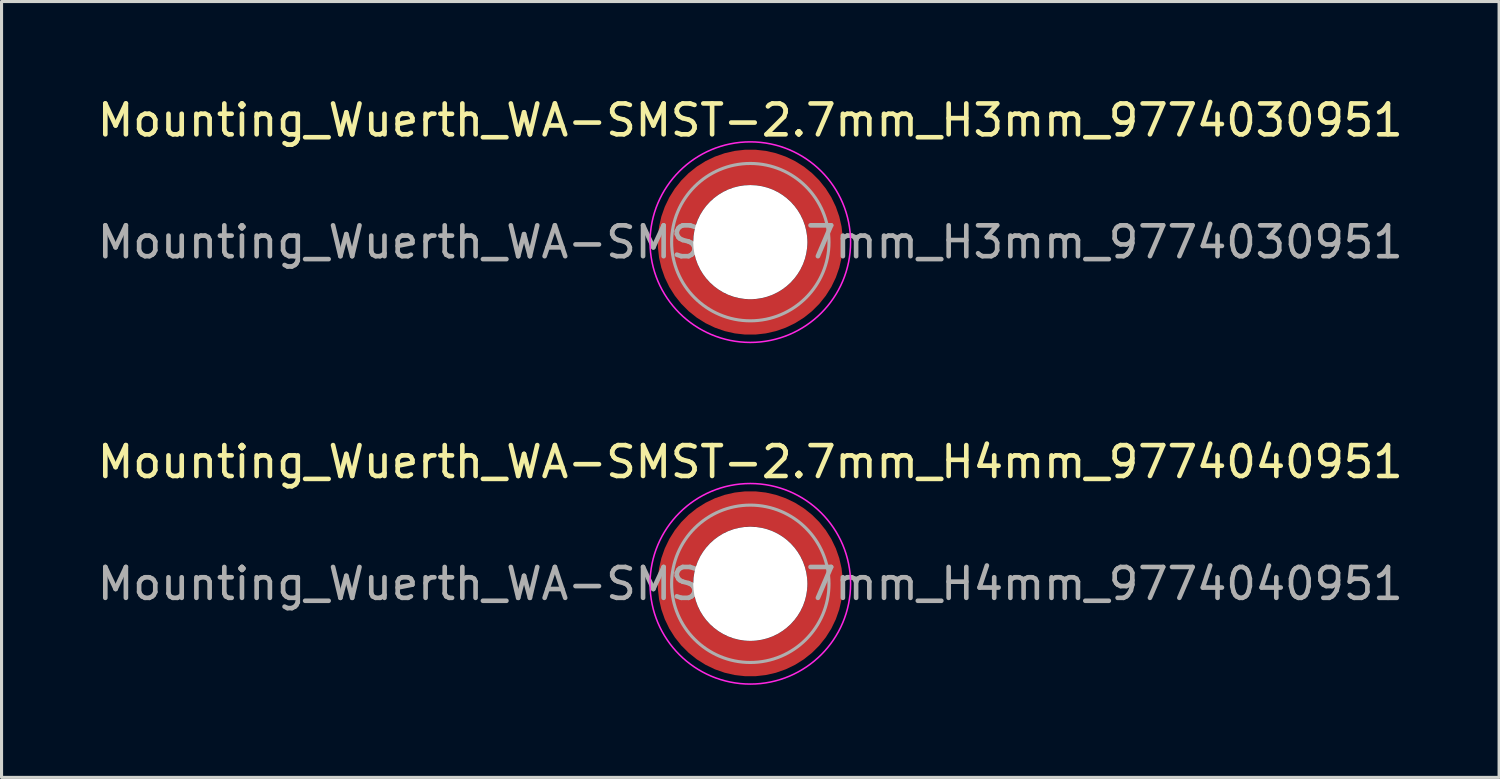
<source format=kicad_pcb>
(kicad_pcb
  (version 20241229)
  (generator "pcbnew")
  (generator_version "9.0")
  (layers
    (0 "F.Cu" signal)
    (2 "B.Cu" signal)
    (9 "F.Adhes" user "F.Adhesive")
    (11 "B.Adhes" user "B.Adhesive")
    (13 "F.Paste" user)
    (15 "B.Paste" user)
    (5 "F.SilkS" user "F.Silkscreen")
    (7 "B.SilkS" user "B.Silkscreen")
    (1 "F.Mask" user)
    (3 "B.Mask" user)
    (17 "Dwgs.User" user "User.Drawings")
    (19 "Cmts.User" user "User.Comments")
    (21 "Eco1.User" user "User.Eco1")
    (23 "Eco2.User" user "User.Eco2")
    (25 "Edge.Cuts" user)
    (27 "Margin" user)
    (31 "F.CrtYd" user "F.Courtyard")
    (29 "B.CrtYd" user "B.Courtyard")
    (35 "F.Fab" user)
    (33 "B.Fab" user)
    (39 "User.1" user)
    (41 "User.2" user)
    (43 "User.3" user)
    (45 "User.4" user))
  (footprint "Mounting_Wuerth_WA-SMST-2.7mm_H3mm_9774030951"
    (layer "F.Cu")
    (at 21.268 4.798)
    (property "Reference" "Mounting_Wuerth_WA-SMST-2.7mm_H3mm_9774030951" (at 0 -3.95 0) (layer "F.SilkS") (effects (font (size 1 1) (thickness 0.15))))
    (attr smd)
    (fp_circle (center 0 0) (end 3.25 0) (stroke (width 0.05) (type solid)) (fill no) (layer "F.CrtYd"))
    (fp_circle (center 0 0) (end 2.55 0) (stroke (width 0.1) (type solid)) (fill no) (layer "F.Fab"))
    (fp_text user "${REFERENCE}" (at 0 0 0) (layer "F.Fab") (effects (font (size 1 1) (thickness 0.15))))
    (pad "" smd custom (at -1.704 -1.704) (size 0.62 0.62) (layers "F.Paste") (options (anchor circle)) (primitives (gr_arc (start -0.250195 1.279127) (mid 0.289146 0.290681) (end 1.277006 -0.249732) (width 0.2)) (gr_arc (start -0.34334 1.279127) (mid 0.224883 0.226093) (end 1.277452 -0.342992) (width 0.2)) (gr_arc (start -0.436309 1.279127) (mid 0.160537 0.16159) (end 1.277666 -0.436018) (width 0.2)) (gr_arc (start -0.529126 1.279127) (mid 0.095932 0.097343) (end 1.277167 -0.528752) (width 0.2)) (gr_arc (start -0.621807 1.279127) (mid 0.0309 0.033527) (end 1.275473 -0.621136) (width 0.2)) (gr_arc (start -0.71437 1.279127) (mid -0.03322 -0.031206) (end 1.276322 -0.713875) (width 0.2)) (gr_arc (start -0.806826 1.279127) (mid -0.097997 -0.095278) (end 1.275336 -0.806181) (width 0.2)) (gr_arc (start -0.899187 1.279127) (mid -0.161977 -0.160149) (end 1.276577 -0.898769) (width 0.2)) (gr_arc (start -0.991463 1.279127) (mid -0.226842 -0.224133) (end 1.275343 -0.990864) (width 0.2)) (gr_arc (start -1.083663 1.279127) (mid -0.291026 -0.288801) (end 1.276016 -1.083187) (width 0.2)) (gr_line (start 1.279 -0.25) (end 1.279 -1.084) (width 0.2)) (gr_line (start -0.25 1.279) (end -1.084 1.279) (width 0.2))))
    (pad "" smd custom (at -1.704 1.704) (size 0.62 0.62) (layers "F.Paste") (options (anchor circle)) (primitives (gr_arc (start 1.279127 0.250195) (mid 0.290681 -0.289146) (end -0.249732 -1.277006) (width 0.2)) (gr_arc (start 1.279127 0.34334) (mid 0.226093 -0.224883) (end -0.342992 -1.277452) (width 0.2)) (gr_arc (start 1.279127 0.436309) (mid 0.16159 -0.160537) (end -0.436018 -1.277666) (width 0.2)) (gr_arc (start 1.279127 0.529126) (mid 0.097343 -0.095932) (end -0.528752 -1.277167) (width 0.2)) (gr_arc (start 1.279127 0.621807) (mid 0.033527 -0.0309) (end -0.621136 -1.275473) (width 0.2)) (gr_arc (start 1.279127 0.71437) (mid -0.031206 0.03322) (end -0.713875 -1.276322) (width 0.2)) (gr_arc (start 1.279127 0.806826) (mid -0.095278 0.097997) (end -0.806181 -1.275336) (width 0.2)) (gr_arc (start 1.279127 0.899187) (mid -0.160149 0.161977) (end -0.898769 -1.276577) (width 0.2)) (gr_arc (start 1.279127 0.991463) (mid -0.224133 0.226842) (end -0.990864 -1.275343) (width 0.2)) (gr_arc (start 1.279127 1.083663) (mid -0.288801 0.291026) (end -1.083187 -1.276016) (width 0.2)) (gr_line (start -0.25 -1.279) (end -1.084 -1.279) (width 0.2)) (gr_line (start 1.279 0.25) (end 1.279 1.084) (width 0.2))))
    (pad "" np_thru_hole circle (at 0 0) (size 3.7 3.7) (drill 3.7) (layers "*.Cu" "*.Mask"))
    (pad "" smd custom (at 1.704 -1.704) (size 0.62 0.62) (layers "F.Paste") (options (anchor circle)) (primitives (gr_arc (start -1.279127 -0.250195) (mid -0.290681 0.289146) (end 0.249732 1.277006) (width 0.2)) (gr_arc (start -1.279127 -0.34334) (mid -0.226093 0.224883) (end 0.342992 1.277452) (width 0.2)) (gr_arc (start -1.279127 -0.436309) (mid -0.16159 0.160537) (end 0.436018 1.277666) (width 0.2)) (gr_arc (start -1.279127 -0.529126) (mid -0.097343 0.095932) (end 0.528752 1.277167) (width 0.2)) (gr_arc (start -1.279127 -0.621807) (mid -0.033527 0.0309) (end 0.621136 1.275473) (width 0.2)) (gr_arc (start -1.279127 -0.71437) (mid 0.031206 -0.03322) (end 0.713875 1.276322) (width 0.2)) (gr_arc (start -1.279127 -0.806826) (mid 0.095278 -0.097997) (end 0.806181 1.275336) (width 0.2)) (gr_arc (start -1.279127 -0.899187) (mid 0.160149 -0.161977) (end 0.898769 1.276577) (width 0.2)) (gr_arc (start -1.279127 -0.991463) (mid 0.224133 -0.226842) (end 0.990864 1.275343) (width 0.2)) (gr_arc (start -1.279127 -1.083663) (mid 0.288801 -0.291026) (end 1.083187 1.276016) (width 0.2)) (gr_line (start 0.25 1.279) (end 1.084 1.279) (width 0.2)) (gr_line (start -1.279 -0.25) (end -1.279 -1.084) (width 0.2))))
    (pad "" smd custom (at 1.704 1.704) (size 0.62 0.62) (layers "F.Paste") (options (anchor circle)) (primitives (gr_arc (start 0.250195 -1.279127) (mid -0.289146 -0.290681) (end -1.277006 0.249732) (width 0.2)) (gr_arc (start 0.34334 -1.279127) (mid -0.224883 -0.226093) (end -1.277452 0.342992) (width 0.2)) (gr_arc (start 0.436309 -1.279127) (mid -0.160537 -0.16159) (end -1.277666 0.436018) (width 0.2)) (gr_arc (start 0.529126 -1.279127) (mid -0.095932 -0.097343) (end -1.277167 0.528752) (width 0.2)) (gr_arc (start 0.621807 -1.279127) (mid -0.0309 -0.033527) (end -1.275473 0.621136) (width 0.2)) (gr_arc (start 0.71437 -1.279127) (mid 0.03322 0.031206) (end -1.276322 0.713875) (width 0.2)) (gr_arc (start 0.806826 -1.279127) (mid 0.097997 0.095278) (end -1.275336 0.806181) (width 0.2)) (gr_arc (start 0.899187 -1.279127) (mid 0.161977 0.160149) (end -1.276577 0.898769) (width 0.2)) (gr_arc (start 0.991463 -1.279127) (mid 0.226842 0.224133) (end -1.275343 0.990864) (width 0.2)) (gr_arc (start 1.083663 -1.279127) (mid 0.291026 0.288801) (end -1.276016 1.083187) (width 0.2)) (gr_line (start -1.279 0.25) (end -1.279 1.084) (width 0.2)) (gr_line (start 0.25 -1.279) (end 1.084 -1.279) (width 0.2))))
    (pad "1" smd circle (at -2.425 0) (size 0.75 0.75) (layers "F.Cu"))
    (pad "1" smd circle (at 0 -2.425) (size 0.75 0.75) (layers "F.Cu"))
    (pad "1" smd circle (at 0 2.425) (size 0.75 0.75) (layers "F.Cu"))
    (pad "1" smd custom (at 2.425 0) (size 0.75 0.75) (layers "F.Cu" "F.Mask") (options (anchor circle)) (primitives (gr_circle (center -2.425 0) (end 0 0) (width 1.15) (fill no)))))
  (footprint "Mounting_Wuerth_WA-SMST-2.7mm_H4mm_9774040951"
    (layer "F.Cu")
    (at 21.268 15.871)
    (property "Reference" "Mounting_Wuerth_WA-SMST-2.7mm_H4mm_9774040951" (at 0 -3.95 0) (layer "F.SilkS") (effects (font (size 1 1) (thickness 0.15))))
    (attr smd)
    (fp_circle (center 0 0) (end 3.25 0) (stroke (width 0.05) (type solid)) (fill no) (layer "F.CrtYd"))
    (fp_circle (center 0 0) (end 2.55 0) (stroke (width 0.1) (type solid)) (fill no) (layer "F.Fab"))
    (fp_text user "${REFERENCE}" (at 0 0 0) (layer "F.Fab") (effects (font (size 1 1) (thickness 0.15))))
    (pad "" smd custom (at -1.704 -1.704) (size 0.62 0.62) (layers "F.Paste") (options (anchor circle)) (primitives (gr_arc (start -0.250195 1.279127) (mid 0.289146 0.290681) (end 1.277006 -0.249732) (width 0.2)) (gr_arc (start -0.34334 1.279127) (mid 0.224883 0.226093) (end 1.277452 -0.342992) (width 0.2)) (gr_arc (start -0.436309 1.279127) (mid 0.160537 0.16159) (end 1.277666 -0.436018) (width 0.2)) (gr_arc (start -0.529126 1.279127) (mid 0.095932 0.097343) (end 1.277167 -0.528752) (width 0.2)) (gr_arc (start -0.621807 1.279127) (mid 0.0309 0.033527) (end 1.275473 -0.621136) (width 0.2)) (gr_arc (start -0.71437 1.279127) (mid -0.03322 -0.031206) (end 1.276322 -0.713875) (width 0.2)) (gr_arc (start -0.806826 1.279127) (mid -0.097997 -0.095278) (end 1.275336 -0.806181) (width 0.2)) (gr_arc (start -0.899187 1.279127) (mid -0.161977 -0.160149) (end 1.276577 -0.898769) (width 0.2)) (gr_arc (start -0.991463 1.279127) (mid -0.226842 -0.224133) (end 1.275343 -0.990864) (width 0.2)) (gr_arc (start -1.083663 1.279127) (mid -0.291026 -0.288801) (end 1.276016 -1.083187) (width 0.2)) (gr_line (start 1.279 -0.25) (end 1.279 -1.084) (width 0.2)) (gr_line (start -0.25 1.279) (end -1.084 1.279) (width 0.2))))
    (pad "" smd custom (at -1.704 1.704) (size 0.62 0.62) (layers "F.Paste") (options (anchor circle)) (primitives (gr_arc (start 1.279127 0.250195) (mid 0.290681 -0.289146) (end -0.249732 -1.277006) (width 0.2)) (gr_arc (start 1.279127 0.34334) (mid 0.226093 -0.224883) (end -0.342992 -1.277452) (width 0.2)) (gr_arc (start 1.279127 0.436309) (mid 0.16159 -0.160537) (end -0.436018 -1.277666) (width 0.2)) (gr_arc (start 1.279127 0.529126) (mid 0.097343 -0.095932) (end -0.528752 -1.277167) (width 0.2)) (gr_arc (start 1.279127 0.621807) (mid 0.033527 -0.0309) (end -0.621136 -1.275473) (width 0.2)) (gr_arc (start 1.279127 0.71437) (mid -0.031206 0.03322) (end -0.713875 -1.276322) (width 0.2)) (gr_arc (start 1.279127 0.806826) (mid -0.095278 0.097997) (end -0.806181 -1.275336) (width 0.2)) (gr_arc (start 1.279127 0.899187) (mid -0.160149 0.161977) (end -0.898769 -1.276577) (width 0.2)) (gr_arc (start 1.279127 0.991463) (mid -0.224133 0.226842) (end -0.990864 -1.275343) (width 0.2)) (gr_arc (start 1.279127 1.083663) (mid -0.288801 0.291026) (end -1.083187 -1.276016) (width 0.2)) (gr_line (start -0.25 -1.279) (end -1.084 -1.279) (width 0.2)) (gr_line (start 1.279 0.25) (end 1.279 1.084) (width 0.2))))
    (pad "" np_thru_hole circle (at 0 0) (size 3.7 3.7) (drill 3.7) (layers "*.Cu" "*.Mask"))
    (pad "" smd custom (at 1.704 -1.704) (size 0.62 0.62) (layers "F.Paste") (options (anchor circle)) (primitives (gr_arc (start -1.279127 -0.250195) (mid -0.290681 0.289146) (end 0.249732 1.277006) (width 0.2)) (gr_arc (start -1.279127 -0.34334) (mid -0.226093 0.224883) (end 0.342992 1.277452) (width 0.2)) (gr_arc (start -1.279127 -0.436309) (mid -0.16159 0.160537) (end 0.436018 1.277666) (width 0.2)) (gr_arc (start -1.279127 -0.529126) (mid -0.097343 0.095932) (end 0.528752 1.277167) (width 0.2)) (gr_arc (start -1.279127 -0.621807) (mid -0.033527 0.0309) (end 0.621136 1.275473) (width 0.2)) (gr_arc (start -1.279127 -0.71437) (mid 0.031206 -0.03322) (end 0.713875 1.276322) (width 0.2)) (gr_arc (start -1.279127 -0.806826) (mid 0.095278 -0.097997) (end 0.806181 1.275336) (width 0.2)) (gr_arc (start -1.279127 -0.899187) (mid 0.160149 -0.161977) (end 0.898769 1.276577) (width 0.2)) (gr_arc (start -1.279127 -0.991463) (mid 0.224133 -0.226842) (end 0.990864 1.275343) (width 0.2)) (gr_arc (start -1.279127 -1.083663) (mid 0.288801 -0.291026) (end 1.083187 1.276016) (width 0.2)) (gr_line (start 0.25 1.279) (end 1.084 1.279) (width 0.2)) (gr_line (start -1.279 -0.25) (end -1.279 -1.084) (width 0.2))))
    (pad "" smd custom (at 1.704 1.704) (size 0.62 0.62) (layers "F.Paste") (options (anchor circle)) (primitives (gr_arc (start 0.250195 -1.279127) (mid -0.289146 -0.290681) (end -1.277006 0.249732) (width 0.2)) (gr_arc (start 0.34334 -1.279127) (mid -0.224883 -0.226093) (end -1.277452 0.342992) (width 0.2)) (gr_arc (start 0.436309 -1.279127) (mid -0.160537 -0.16159) (end -1.277666 0.436018) (width 0.2)) (gr_arc (start 0.529126 -1.279127) (mid -0.095932 -0.097343) (end -1.277167 0.528752) (width 0.2)) (gr_arc (start 0.621807 -1.279127) (mid -0.0309 -0.033527) (end -1.275473 0.621136) (width 0.2)) (gr_arc (start 0.71437 -1.279127) (mid 0.03322 0.031206) (end -1.276322 0.713875) (width 0.2)) (gr_arc (start 0.806826 -1.279127) (mid 0.097997 0.095278) (end -1.275336 0.806181) (width 0.2)) (gr_arc (start 0.899187 -1.279127) (mid 0.161977 0.160149) (end -1.276577 0.898769) (width 0.2)) (gr_arc (start 0.991463 -1.279127) (mid 0.226842 0.224133) (end -1.275343 0.990864) (width 0.2)) (gr_arc (start 1.083663 -1.279127) (mid 0.291026 0.288801) (end -1.276016 1.083187) (width 0.2)) (gr_line (start -1.279 0.25) (end -1.279 1.084) (width 0.2)) (gr_line (start 0.25 -1.279) (end 1.084 -1.279) (width 0.2))))
    (pad "1" smd circle (at -2.425 0) (size 0.75 0.75) (layers "F.Cu"))
    (pad "1" smd circle (at 0 -2.425) (size 0.75 0.75) (layers "F.Cu"))
    (pad "1" smd circle (at 0 2.425) (size 0.75 0.75) (layers "F.Cu"))
    (pad "1" smd custom (at 2.425 0) (size 0.75 0.75) (layers "F.Cu" "F.Mask") (options (anchor circle)) (primitives (gr_circle (center -2.425 0) (end 0 0) (width 1.15) (fill no)))))
  (gr_rect
    (start -3 -3)
    (end 45.536 22.146)
    (stroke (width 0.1) (type default))
    (fill no)
    (layer "Edge.Cuts")))
</source>
